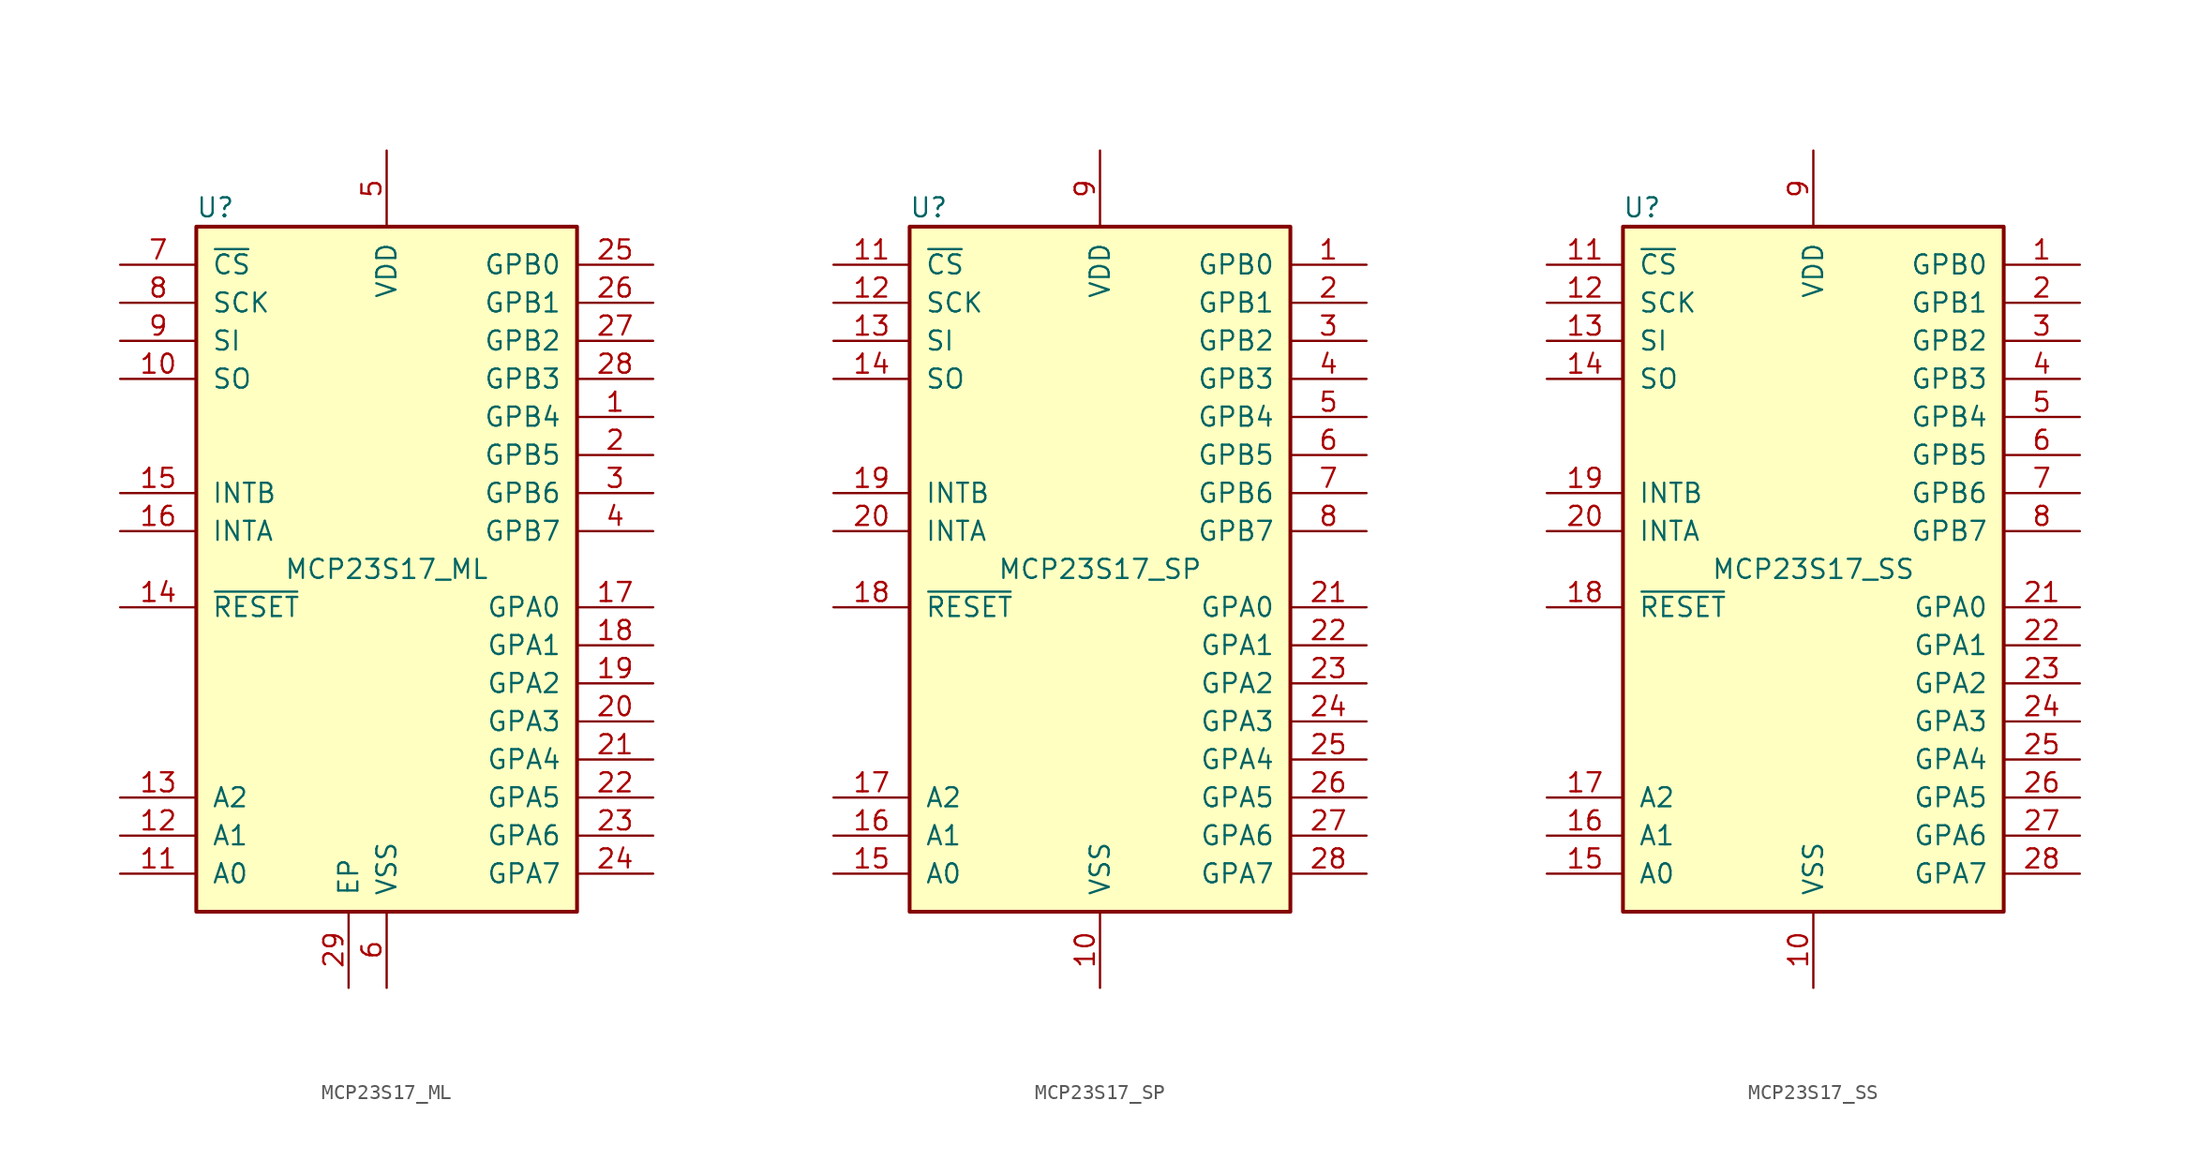
<source format=kicad_sym>
(kicad_symbol_lib
  (version 20201005)
  (generator kicad_symbol_editor)
  (symbol "MCP23S17_ML"
    (pin_names
      (offset 1.016))
    (property "Reference" "U"
      (at -11.43 24.13 0)
      (effects (font (size 1.27 1.27))))
    (property "Value" "MCP23S17_ML"
      (at 0 0 0)
      (effects (font (size 1.27 1.27))))
    (symbol "MCP23S17_ML_0_1"
      (rectangle (start -12.7 22.86) (end 12.7 -22.86) (stroke (width 0.254)) (fill (type background))))
    (symbol "MCP23S17_ML_1_1"
      (pin bidirectional line (at 17.78 10.16 180) (length 5.08) (name "GPB4" (effects (font (size 1.27 1.27)))) (number "1" (effects (font (size 1.27 1.27)))))
      (pin output line (at -17.78 12.7 0) (length 5.08) (name "SO" (effects (font (size 1.27 1.27)))) (number "10" (effects (font (size 1.27 1.27)))))
      (pin input line (at -17.78 -20.32 0) (length 5.08) (name "A0" (effects (font (size 1.27 1.27)))) (number "11" (effects (font (size 1.27 1.27)))))
      (pin input line (at -17.78 -17.78 0) (length 5.08) (name "A1" (effects (font (size 1.27 1.27)))) (number "12" (effects (font (size 1.27 1.27)))))
      (pin input line (at -17.78 -15.24 0) (length 5.08) (name "A2" (effects (font (size 1.27 1.27)))) (number "13" (effects (font (size 1.27 1.27)))))
      (pin input line (at -17.78 -2.54 0) (length 5.08) (name "~RESET~" (effects (font (size 1.27 1.27)))) (number "14" (effects (font (size 1.27 1.27)))))
      (pin tri_state line (at -17.78 5.08 0) (length 5.08) (name "INTB" (effects (font (size 1.27 1.27)))) (number "15" (effects (font (size 1.27 1.27)))))
      (pin tri_state line (at -17.78 2.54 0) (length 5.08) (name "INTA" (effects (font (size 1.27 1.27)))) (number "16" (effects (font (size 1.27 1.27)))))
      (pin bidirectional line (at 17.78 -2.54 180) (length 5.08) (name "GPA0" (effects (font (size 1.27 1.27)))) (number "17" (effects (font (size 1.27 1.27)))))
      (pin bidirectional line (at 17.78 -5.08 180) (length 5.08) (name "GPA1" (effects (font (size 1.27 1.27)))) (number "18" (effects (font (size 1.27 1.27)))))
      (pin bidirectional line (at 17.78 -7.62 180) (length 5.08) (name "GPA2" (effects (font (size 1.27 1.27)))) (number "19" (effects (font (size 1.27 1.27)))))
      (pin bidirectional line (at 17.78 7.62 180) (length 5.08) (name "GPB5" (effects (font (size 1.27 1.27)))) (number "2" (effects (font (size 1.27 1.27)))))
      (pin bidirectional line (at 17.78 -10.16 180) (length 5.08) (name "GPA3" (effects (font (size 1.27 1.27)))) (number "20" (effects (font (size 1.27 1.27)))))
      (pin bidirectional line (at 17.78 -12.7 180) (length 5.08) (name "GPA4" (effects (font (size 1.27 1.27)))) (number "21" (effects (font (size 1.27 1.27)))))
      (pin bidirectional line (at 17.78 -15.24 180) (length 5.08) (name "GPA5" (effects (font (size 1.27 1.27)))) (number "22" (effects (font (size 1.27 1.27)))))
      (pin bidirectional line (at 17.78 -17.78 180) (length 5.08) (name "GPA6" (effects (font (size 1.27 1.27)))) (number "23" (effects (font (size 1.27 1.27)))))
      (pin bidirectional line (at 17.78 -20.32 180) (length 5.08) (name "GPA7" (effects (font (size 1.27 1.27)))) (number "24" (effects (font (size 1.27 1.27)))))
      (pin bidirectional line (at 17.78 20.32 180) (length 5.08) (name "GPB0" (effects (font (size 1.27 1.27)))) (number "25" (effects (font (size 1.27 1.27)))))
      (pin bidirectional line (at 17.78 17.78 180) (length 5.08) (name "GPB1" (effects (font (size 1.27 1.27)))) (number "26" (effects (font (size 1.27 1.27)))))
      (pin bidirectional line (at 17.78 15.24 180) (length 5.08) (name "GPB2" (effects (font (size 1.27 1.27)))) (number "27" (effects (font (size 1.27 1.27)))))
      (pin bidirectional line (at 17.78 12.7 180) (length 5.08) (name "GPB3" (effects (font (size 1.27 1.27)))) (number "28" (effects (font (size 1.27 1.27)))))
      (pin passive line (at -2.54 -27.94 90) (length 5.08) (name "EP" (effects (font (size 1.27 1.27)))) (number "29" (effects (font (size 1.27 1.27)))))
      (pin bidirectional line (at 17.78 5.08 180) (length 5.08) (name "GPB6" (effects (font (size 1.27 1.27)))) (number "3" (effects (font (size 1.27 1.27)))))
      (pin bidirectional line (at 17.78 2.54 180) (length 5.08) (name "GPB7" (effects (font (size 1.27 1.27)))) (number "4" (effects (font (size 1.27 1.27)))))
      (pin power_in line (at 0 27.94 270) (length 5.08) (name "VDD" (effects (font (size 1.27 1.27)))) (number "5" (effects (font (size 1.27 1.27)))))
      (pin power_in line (at 0 -27.94 90) (length 5.08) (name "VSS" (effects (font (size 1.27 1.27)))) (number "6" (effects (font (size 1.27 1.27)))))
      (pin input line (at -17.78 20.32 0) (length 5.08) (name "~CS~" (effects (font (size 1.27 1.27)))) (number "7" (effects (font (size 1.27 1.27)))))
      (pin input line (at -17.78 17.78 0) (length 5.08) (name "SCK" (effects (font (size 1.27 1.27)))) (number "8" (effects (font (size 1.27 1.27)))))
      (pin input line (at -17.78 15.24 0) (length 5.08) (name "SI" (effects (font (size 1.27 1.27)))) (number "9" (effects (font (size 1.27 1.27)))))))
  (symbol "MCP23S17_SP"
    (pin_names
      (offset 1.016))
    (property "Reference" "U"
      (at -11.43 24.13 0)
      (effects (font (size 1.27 1.27))))
    (property "Value" "MCP23S17_SP"
      (at 0 0 0)
      (effects (font (size 1.27 1.27))))
    (symbol "MCP23S17_SP_0_1"
      (rectangle (start -12.7 22.86) (end 12.7 -22.86) (stroke (width 0.254)) (fill (type background))))
    (symbol "MCP23S17_SP_1_1"
      (pin bidirectional line (at 17.78 20.32 180) (length 5.08) (name "GPB0" (effects (font (size 1.27 1.27)))) (number "1" (effects (font (size 1.27 1.27)))))
      (pin power_in line (at 0 -27.94 90) (length 5.08) (name "VSS" (effects (font (size 1.27 1.27)))) (number "10" (effects (font (size 1.27 1.27)))))
      (pin input line (at -17.78 20.32 0) (length 5.08) (name "~CS~" (effects (font (size 1.27 1.27)))) (number "11" (effects (font (size 1.27 1.27)))))
      (pin input line (at -17.78 17.78 0) (length 5.08) (name "SCK" (effects (font (size 1.27 1.27)))) (number "12" (effects (font (size 1.27 1.27)))))
      (pin input line (at -17.78 15.24 0) (length 5.08) (name "SI" (effects (font (size 1.27 1.27)))) (number "13" (effects (font (size 1.27 1.27)))))
      (pin output line (at -17.78 12.7 0) (length 5.08) (name "SO" (effects (font (size 1.27 1.27)))) (number "14" (effects (font (size 1.27 1.27)))))
      (pin input line (at -17.78 -20.32 0) (length 5.08) (name "A0" (effects (font (size 1.27 1.27)))) (number "15" (effects (font (size 1.27 1.27)))))
      (pin input line (at -17.78 -17.78 0) (length 5.08) (name "A1" (effects (font (size 1.27 1.27)))) (number "16" (effects (font (size 1.27 1.27)))))
      (pin input line (at -17.78 -15.24 0) (length 5.08) (name "A2" (effects (font (size 1.27 1.27)))) (number "17" (effects (font (size 1.27 1.27)))))
      (pin input line (at -17.78 -2.54 0) (length 5.08) (name "~RESET~" (effects (font (size 1.27 1.27)))) (number "18" (effects (font (size 1.27 1.27)))))
      (pin tri_state line (at -17.78 5.08 0) (length 5.08) (name "INTB" (effects (font (size 1.27 1.27)))) (number "19" (effects (font (size 1.27 1.27)))))
      (pin bidirectional line (at 17.78 17.78 180) (length 5.08) (name "GPB1" (effects (font (size 1.27 1.27)))) (number "2" (effects (font (size 1.27 1.27)))))
      (pin tri_state line (at -17.78 2.54 0) (length 5.08) (name "INTA" (effects (font (size 1.27 1.27)))) (number "20" (effects (font (size 1.27 1.27)))))
      (pin bidirectional line (at 17.78 -2.54 180) (length 5.08) (name "GPA0" (effects (font (size 1.27 1.27)))) (number "21" (effects (font (size 1.27 1.27)))))
      (pin bidirectional line (at 17.78 -5.08 180) (length 5.08) (name "GPA1" (effects (font (size 1.27 1.27)))) (number "22" (effects (font (size 1.27 1.27)))))
      (pin bidirectional line (at 17.78 -7.62 180) (length 5.08) (name "GPA2" (effects (font (size 1.27 1.27)))) (number "23" (effects (font (size 1.27 1.27)))))
      (pin bidirectional line (at 17.78 -10.16 180) (length 5.08) (name "GPA3" (effects (font (size 1.27 1.27)))) (number "24" (effects (font (size 1.27 1.27)))))
      (pin bidirectional line (at 17.78 -12.7 180) (length 5.08) (name "GPA4" (effects (font (size 1.27 1.27)))) (number "25" (effects (font (size 1.27 1.27)))))
      (pin bidirectional line (at 17.78 -15.24 180) (length 5.08) (name "GPA5" (effects (font (size 1.27 1.27)))) (number "26" (effects (font (size 1.27 1.27)))))
      (pin bidirectional line (at 17.78 -17.78 180) (length 5.08) (name "GPA6" (effects (font (size 1.27 1.27)))) (number "27" (effects (font (size 1.27 1.27)))))
      (pin bidirectional line (at 17.78 -20.32 180) (length 5.08) (name "GPA7" (effects (font (size 1.27 1.27)))) (number "28" (effects (font (size 1.27 1.27)))))
      (pin bidirectional line (at 17.78 15.24 180) (length 5.08) (name "GPB2" (effects (font (size 1.27 1.27)))) (number "3" (effects (font (size 1.27 1.27)))))
      (pin bidirectional line (at 17.78 12.7 180) (length 5.08) (name "GPB3" (effects (font (size 1.27 1.27)))) (number "4" (effects (font (size 1.27 1.27)))))
      (pin bidirectional line (at 17.78 10.16 180) (length 5.08) (name "GPB4" (effects (font (size 1.27 1.27)))) (number "5" (effects (font (size 1.27 1.27)))))
      (pin bidirectional line (at 17.78 7.62 180) (length 5.08) (name "GPB5" (effects (font (size 1.27 1.27)))) (number "6" (effects (font (size 1.27 1.27)))))
      (pin bidirectional line (at 17.78 5.08 180) (length 5.08) (name "GPB6" (effects (font (size 1.27 1.27)))) (number "7" (effects (font (size 1.27 1.27)))))
      (pin bidirectional line (at 17.78 2.54 180) (length 5.08) (name "GPB7" (effects (font (size 1.27 1.27)))) (number "8" (effects (font (size 1.27 1.27)))))
      (pin power_in line (at 0 27.94 270) (length 5.08) (name "VDD" (effects (font (size 1.27 1.27)))) (number "9" (effects (font (size 1.27 1.27)))))))
  (symbol "MCP23S17_SS"
    (pin_names
      (offset 1.016))
    (property "Reference" "U"
      (at -11.43 24.13 0)
      (effects (font (size 1.27 1.27))))
    (property "Value" "MCP23S17_SS"
      (at 0 0 0)
      (effects (font (size 1.27 1.27))))
    (symbol "MCP23S17_SS_0_1"
      (rectangle (start -12.7 22.86) (end 12.7 -22.86) (stroke (width 0.254)) (fill (type background))))
    (symbol "MCP23S17_SS_1_1"
      (pin bidirectional line (at 17.78 20.32 180) (length 5.08) (name "GPB0" (effects (font (size 1.27 1.27)))) (number "1" (effects (font (size 1.27 1.27)))))
      (pin power_in line (at 0 -27.94 90) (length 5.08) (name "VSS" (effects (font (size 1.27 1.27)))) (number "10" (effects (font (size 1.27 1.27)))))
      (pin input line (at -17.78 20.32 0) (length 5.08) (name "~CS~" (effects (font (size 1.27 1.27)))) (number "11" (effects (font (size 1.27 1.27)))))
      (pin input line (at -17.78 17.78 0) (length 5.08) (name "SCK" (effects (font (size 1.27 1.27)))) (number "12" (effects (font (size 1.27 1.27)))))
      (pin input line (at -17.78 15.24 0) (length 5.08) (name "SI" (effects (font (size 1.27 1.27)))) (number "13" (effects (font (size 1.27 1.27)))))
      (pin output line (at -17.78 12.7 0) (length 5.08) (name "SO" (effects (font (size 1.27 1.27)))) (number "14" (effects (font (size 1.27 1.27)))))
      (pin input line (at -17.78 -20.32 0) (length 5.08) (name "A0" (effects (font (size 1.27 1.27)))) (number "15" (effects (font (size 1.27 1.27)))))
      (pin input line (at -17.78 -17.78 0) (length 5.08) (name "A1" (effects (font (size 1.27 1.27)))) (number "16" (effects (font (size 1.27 1.27)))))
      (pin input line (at -17.78 -15.24 0) (length 5.08) (name "A2" (effects (font (size 1.27 1.27)))) (number "17" (effects (font (size 1.27 1.27)))))
      (pin input line (at -17.78 -2.54 0) (length 5.08) (name "~RESET~" (effects (font (size 1.27 1.27)))) (number "18" (effects (font (size 1.27 1.27)))))
      (pin tri_state line (at -17.78 5.08 0) (length 5.08) (name "INTB" (effects (font (size 1.27 1.27)))) (number "19" (effects (font (size 1.27 1.27)))))
      (pin bidirectional line (at 17.78 17.78 180) (length 5.08) (name "GPB1" (effects (font (size 1.27 1.27)))) (number "2" (effects (font (size 1.27 1.27)))))
      (pin tri_state line (at -17.78 2.54 0) (length 5.08) (name "INTA" (effects (font (size 1.27 1.27)))) (number "20" (effects (font (size 1.27 1.27)))))
      (pin bidirectional line (at 17.78 -2.54 180) (length 5.08) (name "GPA0" (effects (font (size 1.27 1.27)))) (number "21" (effects (font (size 1.27 1.27)))))
      (pin bidirectional line (at 17.78 -5.08 180) (length 5.08) (name "GPA1" (effects (font (size 1.27 1.27)))) (number "22" (effects (font (size 1.27 1.27)))))
      (pin bidirectional line (at 17.78 -7.62 180) (length 5.08) (name "GPA2" (effects (font (size 1.27 1.27)))) (number "23" (effects (font (size 1.27 1.27)))))
      (pin bidirectional line (at 17.78 -10.16 180) (length 5.08) (name "GPA3" (effects (font (size 1.27 1.27)))) (number "24" (effects (font (size 1.27 1.27)))))
      (pin bidirectional line (at 17.78 -12.7 180) (length 5.08) (name "GPA4" (effects (font (size 1.27 1.27)))) (number "25" (effects (font (size 1.27 1.27)))))
      (pin bidirectional line (at 17.78 -15.24 180) (length 5.08) (name "GPA5" (effects (font (size 1.27 1.27)))) (number "26" (effects (font (size 1.27 1.27)))))
      (pin bidirectional line (at 17.78 -17.78 180) (length 5.08) (name "GPA6" (effects (font (size 1.27 1.27)))) (number "27" (effects (font (size 1.27 1.27)))))
      (pin bidirectional line (at 17.78 -20.32 180) (length 5.08) (name "GPA7" (effects (font (size 1.27 1.27)))) (number "28" (effects (font (size 1.27 1.27)))))
      (pin bidirectional line (at 17.78 15.24 180) (length 5.08) (name "GPB2" (effects (font (size 1.27 1.27)))) (number "3" (effects (font (size 1.27 1.27)))))
      (pin bidirectional line (at 17.78 12.7 180) (length 5.08) (name "GPB3" (effects (font (size 1.27 1.27)))) (number "4" (effects (font (size 1.27 1.27)))))
      (pin bidirectional line (at 17.78 10.16 180) (length 5.08) (name "GPB4" (effects (font (size 1.27 1.27)))) (number "5" (effects (font (size 1.27 1.27)))))
      (pin bidirectional line (at 17.78 7.62 180) (length 5.08) (name "GPB5" (effects (font (size 1.27 1.27)))) (number "6" (effects (font (size 1.27 1.27)))))
      (pin bidirectional line (at 17.78 5.08 180) (length 5.08) (name "GPB6" (effects (font (size 1.27 1.27)))) (number "7" (effects (font (size 1.27 1.27)))))
      (pin bidirectional line (at 17.78 2.54 180) (length 5.08) (name "GPB7" (effects (font (size 1.27 1.27)))) (number "8" (effects (font (size 1.27 1.27)))))
      (pin power_in line (at 0 27.94 270) (length 5.08) (name "VDD" (effects (font (size 1.27 1.27)))) (number "9" (effects (font (size 1.27 1.27))))))))
</source>
